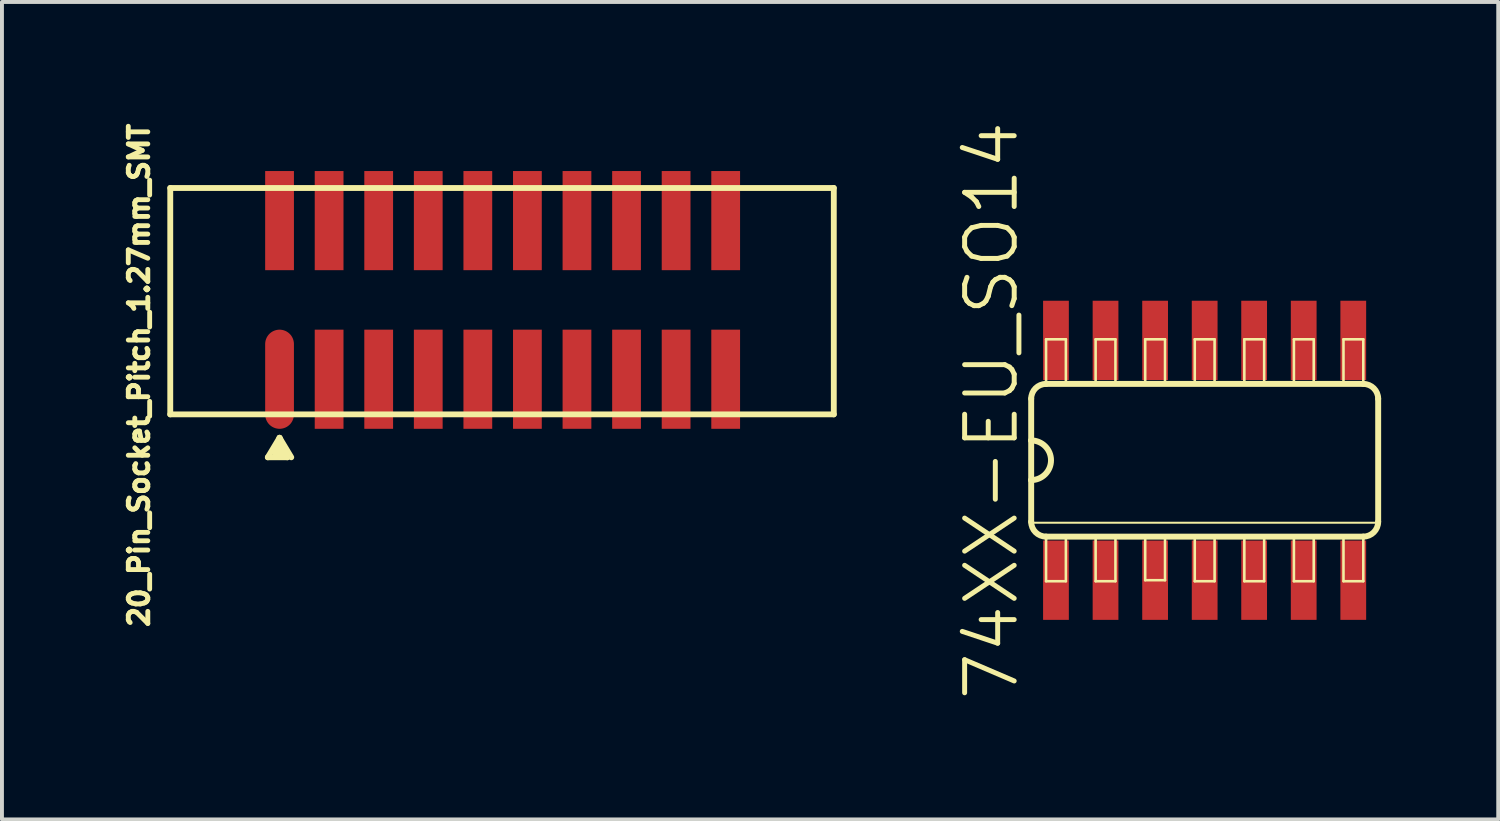
<source format=kicad_pcb>
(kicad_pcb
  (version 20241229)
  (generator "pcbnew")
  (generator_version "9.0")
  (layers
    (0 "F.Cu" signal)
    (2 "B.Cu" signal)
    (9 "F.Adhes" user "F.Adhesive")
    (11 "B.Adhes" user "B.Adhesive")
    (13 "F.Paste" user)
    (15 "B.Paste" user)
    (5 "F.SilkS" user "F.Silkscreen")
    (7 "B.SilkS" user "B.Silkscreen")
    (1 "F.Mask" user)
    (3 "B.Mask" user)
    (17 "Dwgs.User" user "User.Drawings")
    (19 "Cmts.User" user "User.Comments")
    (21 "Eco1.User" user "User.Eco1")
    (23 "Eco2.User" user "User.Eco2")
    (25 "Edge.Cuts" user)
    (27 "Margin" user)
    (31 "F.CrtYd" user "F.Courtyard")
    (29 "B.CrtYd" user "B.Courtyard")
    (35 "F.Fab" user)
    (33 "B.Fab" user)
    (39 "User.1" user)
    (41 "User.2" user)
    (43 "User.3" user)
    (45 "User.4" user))
  (footprint "74XX-EU_SO14"
    (layer "F.Cu")
    (at 27.814 8.742)
    (property "Reference" "74XX-EU_SO14" (at -5.461 -1.27 90) (layer "F.SilkS") (effects (font (size 1.27 1.27) (thickness 0.127))))
    (attr smd)
    (fp_line (start -4.445 -1.575) (end -4.445 -0.508) (stroke (width 0.152) (type solid)) (layer "F.SilkS"))
    (fp_line (start -4.445 -0.508) (end -4.445 0.508) (stroke (width 0.152) (type solid)) (layer "F.SilkS"))
    (fp_line (start -4.445 0.508) (end -4.445 1.575) (stroke (width 0.152) (type solid)) (layer "F.SilkS"))
    (fp_line (start -4.445 1.6) (end 4.445 1.6) (stroke (width 0.051) (type solid)) (layer "F.SilkS"))
    (fp_line (start -4.064 -3.099) (end -3.556 -3.099) (stroke (width 0.066) (type solid)) (layer "F.SilkS"))
    (fp_line (start -4.064 -1.956) (end -4.064 -3.099) (stroke (width 0.066) (type solid)) (layer "F.SilkS"))
    (fp_line (start -4.064 -1.956) (end -3.556 -1.956) (stroke (width 0.066) (type solid)) (layer "F.SilkS"))
    (fp_line (start -4.064 1.956) (end -3.556 1.956) (stroke (width 0.066) (type solid)) (layer "F.SilkS"))
    (fp_line (start -4.064 1.956) (end 4.064 1.956) (stroke (width 0.152) (type solid)) (layer "F.SilkS"))
    (fp_line (start -4.064 3.099) (end -4.064 1.956) (stroke (width 0.066) (type solid)) (layer "F.SilkS"))
    (fp_line (start -4.064 3.099) (end -3.556 3.099) (stroke (width 0.066) (type solid)) (layer "F.SilkS"))
    (fp_line (start -3.556 -1.956) (end -3.556 -3.099) (stroke (width 0.066) (type solid)) (layer "F.SilkS"))
    (fp_line (start -3.556 3.099) (end -3.556 1.956) (stroke (width 0.066) (type solid)) (layer "F.SilkS"))
    (fp_line (start -2.794 -3.099) (end -2.286 -3.099) (stroke (width 0.066) (type solid)) (layer "F.SilkS"))
    (fp_line (start -2.794 -1.956) (end -2.794 -3.099) (stroke (width 0.066) (type solid)) (layer "F.SilkS"))
    (fp_line (start -2.794 -1.956) (end -2.286 -1.956) (stroke (width 0.066) (type solid)) (layer "F.SilkS"))
    (fp_line (start -2.794 1.956) (end -2.286 1.956) (stroke (width 0.066) (type solid)) (layer "F.SilkS"))
    (fp_line (start -2.794 3.099) (end -2.794 1.956) (stroke (width 0.066) (type solid)) (layer "F.SilkS"))
    (fp_line (start -2.794 3.099) (end -2.286 3.099) (stroke (width 0.066) (type solid)) (layer "F.SilkS"))
    (fp_line (start -2.286 -1.956) (end -2.286 -3.099) (stroke (width 0.066) (type solid)) (layer "F.SilkS"))
    (fp_line (start -2.286 3.099) (end -2.286 1.956) (stroke (width 0.066) (type solid)) (layer "F.SilkS"))
    (fp_line (start -1.524 -3.099) (end -1.016 -3.099) (stroke (width 0.066) (type solid)) (layer "F.SilkS"))
    (fp_line (start -1.524 -1.956) (end -1.524 -3.099) (stroke (width 0.066) (type solid)) (layer "F.SilkS"))
    (fp_line (start -1.524 -1.956) (end -1.016 -1.956) (stroke (width 0.066) (type solid)) (layer "F.SilkS"))
    (fp_line (start -1.524 1.93) (end -1.016 1.93) (stroke (width 0.066) (type solid)) (layer "F.SilkS"))
    (fp_line (start -1.524 3.073) (end -1.524 1.93) (stroke (width 0.066) (type solid)) (layer "F.SilkS"))
    (fp_line (start -1.524 3.073) (end -1.016 3.073) (stroke (width 0.066) (type solid)) (layer "F.SilkS"))
    (fp_line (start -1.016 -1.956) (end -1.016 -3.099) (stroke (width 0.066) (type solid)) (layer "F.SilkS"))
    (fp_line (start -1.016 3.073) (end -1.016 1.93) (stroke (width 0.066) (type solid)) (layer "F.SilkS"))
    (fp_line (start -0.254 -3.099) (end 0.254 -3.099) (stroke (width 0.066) (type solid)) (layer "F.SilkS"))
    (fp_line (start -0.254 -1.956) (end -0.254 -3.099) (stroke (width 0.066) (type solid)) (layer "F.SilkS"))
    (fp_line (start -0.254 -1.956) (end 0.254 -1.956) (stroke (width 0.066) (type solid)) (layer "F.SilkS"))
    (fp_line (start -0.254 1.956) (end 0.254 1.956) (stroke (width 0.066) (type solid)) (layer "F.SilkS"))
    (fp_line (start -0.254 3.099) (end -0.254 1.956) (stroke (width 0.066) (type solid)) (layer "F.SilkS"))
    (fp_line (start -0.254 3.099) (end 0.254 3.099) (stroke (width 0.066) (type solid)) (layer "F.SilkS"))
    (fp_line (start 0.254 -1.956) (end 0.254 -3.099) (stroke (width 0.066) (type solid)) (layer "F.SilkS"))
    (fp_line (start 0.254 3.099) (end 0.254 1.956) (stroke (width 0.066) (type solid)) (layer "F.SilkS"))
    (fp_line (start 1.016 -3.099) (end 1.524 -3.099) (stroke (width 0.066) (type solid)) (layer "F.SilkS"))
    (fp_line (start 1.016 -1.956) (end 1.016 -3.099) (stroke (width 0.066) (type solid)) (layer "F.SilkS"))
    (fp_line (start 1.016 -1.956) (end 1.524 -1.956) (stroke (width 0.066) (type solid)) (layer "F.SilkS"))
    (fp_line (start 1.016 1.956) (end 1.524 1.956) (stroke (width 0.066) (type solid)) (layer "F.SilkS"))
    (fp_line (start 1.016 3.099) (end 1.016 1.956) (stroke (width 0.066) (type solid)) (layer "F.SilkS"))
    (fp_line (start 1.016 3.099) (end 1.524 3.099) (stroke (width 0.066) (type solid)) (layer "F.SilkS"))
    (fp_line (start 1.524 -1.956) (end 1.524 -3.099) (stroke (width 0.066) (type solid)) (layer "F.SilkS"))
    (fp_line (start 1.524 3.099) (end 1.524 1.956) (stroke (width 0.066) (type solid)) (layer "F.SilkS"))
    (fp_line (start 2.286 -3.099) (end 2.794 -3.099) (stroke (width 0.066) (type solid)) (layer "F.SilkS"))
    (fp_line (start 2.286 -1.956) (end 2.286 -3.099) (stroke (width 0.066) (type solid)) (layer "F.SilkS"))
    (fp_line (start 2.286 -1.956) (end 2.794 -1.956) (stroke (width 0.066) (type solid)) (layer "F.SilkS"))
    (fp_line (start 2.286 1.956) (end 2.794 1.956) (stroke (width 0.066) (type solid)) (layer "F.SilkS"))
    (fp_line (start 2.286 3.099) (end 2.286 1.956) (stroke (width 0.066) (type solid)) (layer "F.SilkS"))
    (fp_line (start 2.286 3.099) (end 2.794 3.099) (stroke (width 0.066) (type solid)) (layer "F.SilkS"))
    (fp_line (start 2.794 -1.956) (end 2.794 -3.099) (stroke (width 0.066) (type solid)) (layer "F.SilkS"))
    (fp_line (start 2.794 3.099) (end 2.794 1.956) (stroke (width 0.066) (type solid)) (layer "F.SilkS"))
    (fp_line (start 3.556 -3.099) (end 4.064 -3.099) (stroke (width 0.066) (type solid)) (layer "F.SilkS"))
    (fp_line (start 3.556 -1.956) (end 3.556 -3.099) (stroke (width 0.066) (type solid)) (layer "F.SilkS"))
    (fp_line (start 3.556 -1.956) (end 4.064 -1.956) (stroke (width 0.066) (type solid)) (layer "F.SilkS"))
    (fp_line (start 3.556 1.956) (end 4.064 1.956) (stroke (width 0.066) (type solid)) (layer "F.SilkS"))
    (fp_line (start 3.556 3.099) (end 3.556 1.956) (stroke (width 0.066) (type solid)) (layer "F.SilkS"))
    (fp_line (start 3.556 3.099) (end 4.064 3.099) (stroke (width 0.066) (type solid)) (layer "F.SilkS"))
    (fp_line (start 4.064 -1.956) (end -4.064 -1.956) (stroke (width 0.152) (type solid)) (layer "F.SilkS"))
    (fp_line (start 4.064 -1.956) (end 4.064 -3.099) (stroke (width 0.066) (type solid)) (layer "F.SilkS"))
    (fp_line (start 4.064 3.099) (end 4.064 1.956) (stroke (width 0.066) (type solid)) (layer "F.SilkS"))
    (fp_line (start 4.445 1.575) (end 4.445 -1.575) (stroke (width 0.152) (type solid)) (layer "F.SilkS"))
    (fp_arc (start -4.445 -1.5748) (mid -4.333408 -1.844208) (end -4.064 -1.9558) (stroke (width 0.1524) (type solid)) (layer "F.SilkS"))
    (fp_arc (start -4.445 -0.508) (mid -3.937 0) (end -4.445 0.508) (stroke (width 0.1524) (type solid)) (layer "F.SilkS"))
    (fp_arc (start -4.064 1.9558) (mid -4.333408 1.844208) (end -4.445 1.5748) (stroke (width 0.1524) (type solid)) (layer "F.SilkS"))
    (fp_arc (start 4.064 -1.9558) (mid 4.333408 -1.844208) (end 4.445 -1.5748) (stroke (width 0.1524) (type solid)) (layer "F.SilkS"))
    (fp_arc (start 4.445 1.5748) (mid 4.333408 1.844208) (end 4.064 1.9558) (stroke (width 0.1524) (type solid)) (layer "F.SilkS"))
    (pad "1" smd rect (at -3.81 3.073) (size 0.66 2.032) (layers "F.Cu" "F.Mask" "F.Paste"))
    (pad "2" smd rect (at -2.54 3.073) (size 0.66 2.032) (layers "F.Cu" "F.Mask" "F.Paste"))
    (pad "3" smd rect (at -1.27 3.073) (size 0.66 2.032) (layers "F.Cu" "F.Mask" "F.Paste"))
    (pad "4" smd rect (at 0 3.073) (size 0.66 2.032) (layers "F.Cu" "F.Mask" "F.Paste"))
    (pad "5" smd rect (at 1.267 3.073) (size 0.66 2.032) (layers "F.Cu" "F.Mask" "F.Paste"))
    (pad "6" smd rect (at 2.537 3.073) (size 0.66 2.032) (layers "F.Cu" "F.Mask" "F.Paste"))
    (pad "7" smd rect (at 3.807 3.073) (size 0.66 2.032) (layers "F.Cu" "F.Mask" "F.Paste"))
    (pad "8" smd rect (at 3.807 -3.071) (size 0.66 2.032) (layers "F.Cu" "F.Mask" "F.Paste"))
    (pad "9" smd rect (at 2.537 -3.071) (size 0.66 2.032) (layers "F.Cu" "F.Mask" "F.Paste"))
    (pad "10" smd rect (at 1.267 -3.071) (size 0.66 2.032) (layers "F.Cu" "F.Mask" "F.Paste"))
    (pad "11" smd rect (at 0 -3.071) (size 0.66 2.032) (layers "F.Cu" "F.Mask" "F.Paste"))
    (pad "12" smd rect (at -1.27 -3.071) (size 0.66 2.032) (layers "F.Cu" "F.Mask" "F.Paste"))
    (pad "13" smd rect (at -2.54 -3.071) (size 0.66 2.032) (layers "F.Cu" "F.Mask" "F.Paste"))
    (pad "14" smd rect (at -3.81 -3.071) (size 0.66 2.032) (layers "F.Cu" "F.Mask" "F.Paste")))
  (footprint "20_Pin_Socket_Pitch_1.27mm_SMT"
    (layer "F.Cu")
    (at 9.862 4.666)
    (property "Reference" "20_Pin_Socket_Pitch_1.27mm_SMT" (at -9.35 1.9 90) (layer "F.SilkS") (effects (font (size 0.5 0.5) (thickness 0.125))))
    (attr through_hole)
    (fp_line (start -8.55 -2.9) (end 8.45 -2.9) (stroke (width 0.15) (type solid)) (layer "F.SilkS"))
    (fp_line (start -8.55 2.9) (end -8.55 -2.9) (stroke (width 0.15) (type solid)) (layer "F.SilkS"))
    (fp_line (start -8.55 2.9) (end 8.45 2.9) (stroke (width 0.15) (type solid)) (layer "F.SilkS"))
    (fp_line (start -6.05 4) (end -5.55 4) (stroke (width 0.15) (type solid)) (layer "F.SilkS"))
    (fp_line (start -5.85 3.9) (end -5.75 3.9) (stroke (width 0.15) (type solid)) (layer "F.SilkS"))
    (fp_line (start -5.75 3.5) (end -6.05 4) (stroke (width 0.15) (type solid)) (layer "F.SilkS"))
    (fp_line (start -5.75 3.5) (end -5.45 4) (stroke (width 0.15) (type solid)) (layer "F.SilkS"))
    (fp_line (start -5.75 3.7) (end -5.85 3.9) (stroke (width 0.15) (type solid)) (layer "F.SilkS"))
    (fp_line (start -5.75 3.7) (end -5.65 3.9) (stroke (width 0.15) (type solid)) (layer "F.SilkS"))
    (fp_line (start -5.55 4) (end -5.75 3.5) (stroke (width 0.15) (type solid)) (layer "F.SilkS"))
    (fp_line (start 8.45 2.9) (end 8.45 -2.9) (stroke (width 0.15) (type solid)) (layer "F.SilkS"))
    (pad "1" smd oval (at -5.75 2) (size 0.737 2.54) (layers "F.Cu" "F.Mask" "F.Paste"))
    (pad "2" smd rect (at -5.75 -2.064) (size 0.737 2.54) (layers "F.Cu" "F.Mask" "F.Paste"))
    (pad "3" smd rect (at -4.48 2) (size 0.737 2.54) (layers "F.Cu" "F.Mask" "F.Paste"))
    (pad "4" smd rect (at -4.48 -2.064) (size 0.737 2.54) (layers "F.Cu" "F.Mask" "F.Paste"))
    (pad "5" smd rect (at -3.21 2) (size 0.737 2.54) (layers "F.Cu" "F.Mask" "F.Paste"))
    (pad "6" smd rect (at -3.21 -2.064) (size 0.737 2.54) (layers "F.Cu" "F.Mask" "F.Paste"))
    (pad "7" smd rect (at -1.94 2) (size 0.737 2.54) (layers "F.Cu" "F.Mask" "F.Paste"))
    (pad "8" smd rect (at -1.94 -2.064) (size 0.737 2.54) (layers "F.Cu" "F.Mask" "F.Paste"))
    (pad "9" smd rect (at -0.67 2) (size 0.737 2.54) (layers "F.Cu" "F.Mask" "F.Paste"))
    (pad "10" smd rect (at -0.67 -2.064) (size 0.737 2.54) (layers "F.Cu" "F.Mask" "F.Paste"))
    (pad "11" smd rect (at 0.6 2) (size 0.737 2.54) (layers "F.Cu" "F.Mask" "F.Paste"))
    (pad "12" smd rect (at 0.6 -2.064) (size 0.737 2.54) (layers "F.Cu" "F.Mask" "F.Paste"))
    (pad "13" smd rect (at 1.87 2) (size 0.737 2.54) (layers "F.Cu" "F.Mask" "F.Paste"))
    (pad "14" smd rect (at 1.87 -2.064) (size 0.737 2.54) (layers "F.Cu" "F.Mask" "F.Paste"))
    (pad "15" smd rect (at 3.14 2) (size 0.737 2.54) (layers "F.Cu" "F.Mask" "F.Paste"))
    (pad "16" smd rect (at 3.14 -2.064) (size 0.737 2.54) (layers "F.Cu" "F.Mask" "F.Paste"))
    (pad "17" smd rect (at 4.41 2) (size 0.737 2.54) (layers "F.Cu" "F.Mask" "F.Paste"))
    (pad "18" smd rect (at 4.41 -2.064) (size 0.737 2.54) (layers "F.Cu" "F.Mask" "F.Paste"))
    (pad "19" smd rect (at 5.68 2) (size 0.737 2.54) (layers "F.Cu" "F.Mask" "F.Paste"))
    (pad "20" smd rect (at 5.68 -2.064) (size 0.737 2.54) (layers "F.Cu" "F.Mask" "F.Paste")))
  (gr_rect
    (start -3 -3)
    (end 35.335 17.944)
    (stroke (width 0.1) (type default))
    (fill no)
    (layer "Edge.Cuts")))
</source>
